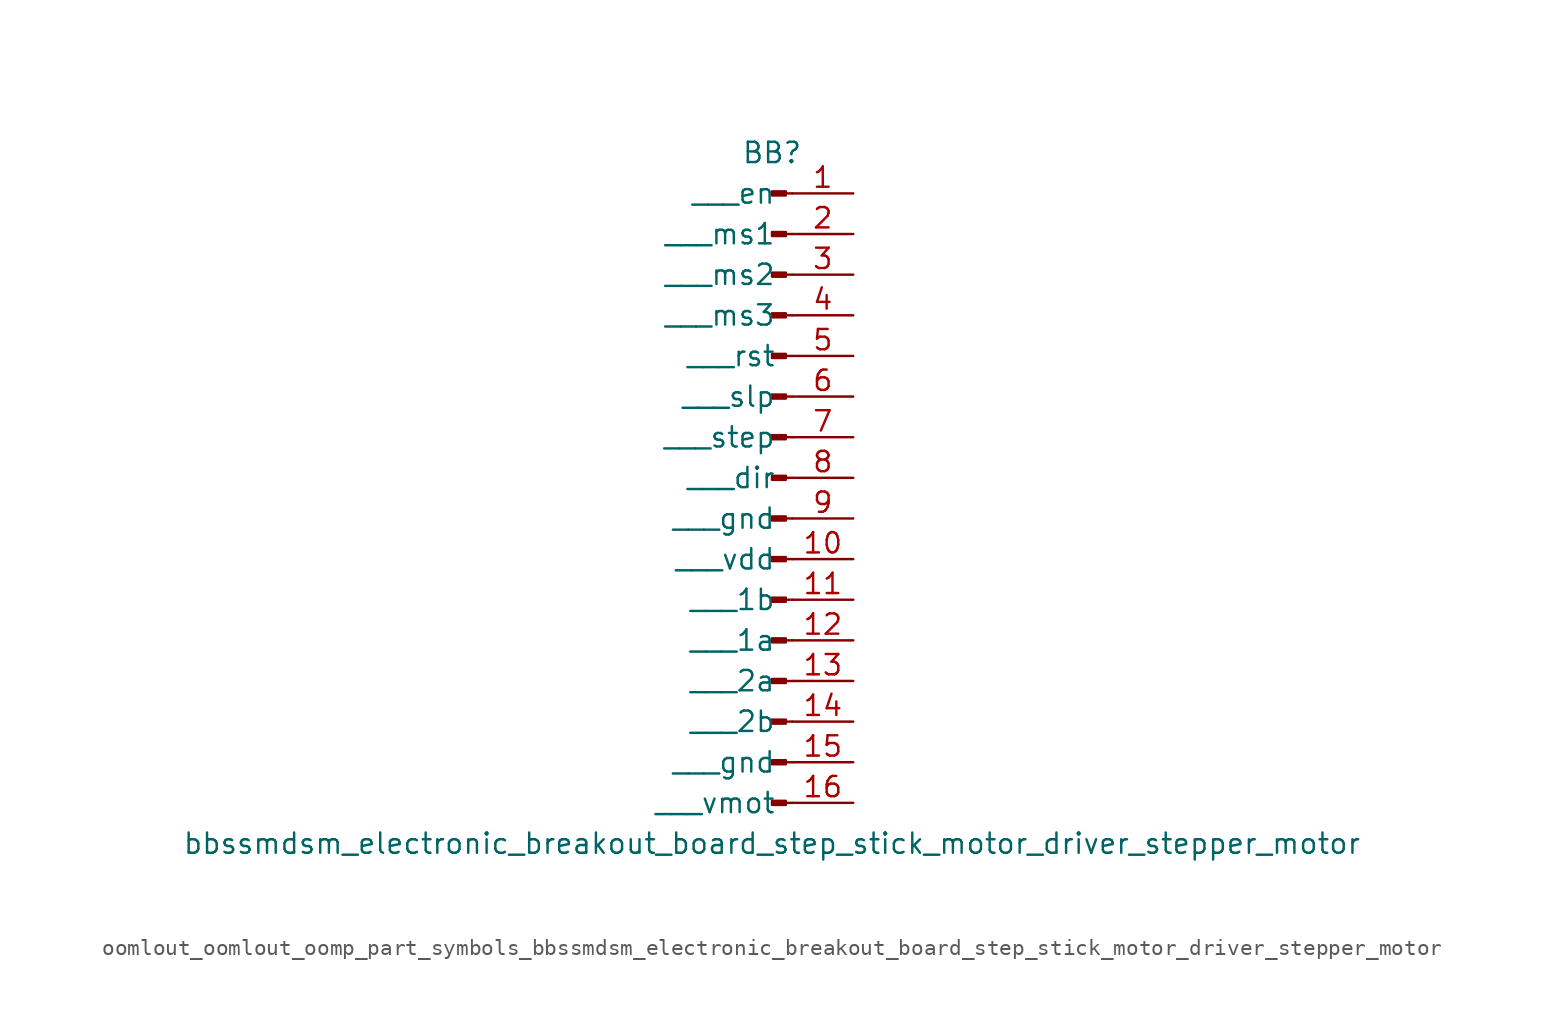
<source format=kicad_sym>
(kicad_symbol_lib
  (version 20220914)
  (generator kicad_symbol_editor)
  (symbol "oomlout_oomlout_oomp_part_symbols_bbssmdsm_electronic_breakout_board_step_stick_motor_driver_stepper_motor"
    (pin_names
      (offset 1.016))
    (property "Reference" "BB"
      (at 0 20.32 0)
      (effects (font (size 1.27 1.27))))
    (property "Value" "bbssmdsm_electronic_breakout_board_step_stick_motor_driver_stepper_motor"
      (at 0 -22.86 0)
      (effects (font (size 1.27 1.27))))
    (property "ki_locked" ""
      (at 0 0 0)
      (effects (font (size 1.27 1.27))))
    (symbol "oomlout_oomlout_oomp_part_symbols_bbssmdsm_electronic_breakout_board_step_stick_motor_driver_stepper_motor_1_1"
      (polyline (pts (xy 1.27 -20.32) (xy 0.864 -20.32)) (stroke (width 0.152) (type default)) (fill (type none)))
      (polyline (pts (xy 1.27 -17.78) (xy 0.864 -17.78)) (stroke (width 0.152) (type default)) (fill (type none)))
      (polyline (pts (xy 1.27 -15.24) (xy 0.864 -15.24)) (stroke (width 0.152) (type default)) (fill (type none)))
      (polyline (pts (xy 1.27 -12.7) (xy 0.864 -12.7)) (stroke (width 0.152) (type default)) (fill (type none)))
      (polyline (pts (xy 1.27 -10.16) (xy 0.864 -10.16)) (stroke (width 0.152) (type default)) (fill (type none)))
      (polyline (pts (xy 1.27 -7.62) (xy 0.864 -7.62)) (stroke (width 0.152) (type default)) (fill (type none)))
      (polyline (pts (xy 1.27 -5.08) (xy 0.864 -5.08)) (stroke (width 0.152) (type default)) (fill (type none)))
      (polyline (pts (xy 1.27 -2.54) (xy 0.864 -2.54)) (stroke (width 0.152) (type default)) (fill (type none)))
      (polyline (pts (xy 1.27 0) (xy 0.864 0)) (stroke (width 0.152) (type default)) (fill (type none)))
      (polyline (pts (xy 1.27 2.54) (xy 0.864 2.54)) (stroke (width 0.152) (type default)) (fill (type none)))
      (polyline (pts (xy 1.27 5.08) (xy 0.864 5.08)) (stroke (width 0.152) (type default)) (fill (type none)))
      (polyline (pts (xy 1.27 7.62) (xy 0.864 7.62)) (stroke (width 0.152) (type default)) (fill (type none)))
      (polyline (pts (xy 1.27 10.16) (xy 0.864 10.16)) (stroke (width 0.152) (type default)) (fill (type none)))
      (polyline (pts (xy 1.27 12.7) (xy 0.864 12.7)) (stroke (width 0.152) (type default)) (fill (type none)))
      (polyline (pts (xy 1.27 15.24) (xy 0.864 15.24)) (stroke (width 0.152) (type default)) (fill (type none)))
      (polyline (pts (xy 1.27 17.78) (xy 0.864 17.78)) (stroke (width 0.152) (type default)) (fill (type none)))
      (rectangle (start 0.864 -20.193) (end 0 -20.447) (stroke (width 0.152) (type default)) (fill (type outline)))
      (rectangle (start 0.864 -17.653) (end 0 -17.907) (stroke (width 0.152) (type default)) (fill (type outline)))
      (rectangle (start 0.864 -15.113) (end 0 -15.367) (stroke (width 0.152) (type default)) (fill (type outline)))
      (rectangle (start 0.864 -12.573) (end 0 -12.827) (stroke (width 0.152) (type default)) (fill (type outline)))
      (rectangle (start 0.864 -10.033) (end 0 -10.287) (stroke (width 0.152) (type default)) (fill (type outline)))
      (rectangle (start 0.864 -7.493) (end 0 -7.747) (stroke (width 0.152) (type default)) (fill (type outline)))
      (rectangle (start 0.864 -4.953) (end 0 -5.207) (stroke (width 0.152) (type default)) (fill (type outline)))
      (rectangle (start 0.864 -2.413) (end 0 -2.667) (stroke (width 0.152) (type default)) (fill (type outline)))
      (rectangle (start 0.864 0.127) (end 0 -0.127) (stroke (width 0.152) (type default)) (fill (type outline)))
      (rectangle (start 0.864 2.667) (end 0 2.413) (stroke (width 0.152) (type default)) (fill (type outline)))
      (rectangle (start 0.864 5.207) (end 0 4.953) (stroke (width 0.152) (type default)) (fill (type outline)))
      (rectangle (start 0.864 7.747) (end 0 7.493) (stroke (width 0.152) (type default)) (fill (type outline)))
      (rectangle (start 0.864 10.287) (end 0 10.033) (stroke (width 0.152) (type default)) (fill (type outline)))
      (rectangle (start 0.864 12.827) (end 0 12.573) (stroke (width 0.152) (type default)) (fill (type outline)))
      (rectangle (start 0.864 15.367) (end 0 15.113) (stroke (width 0.152) (type default)) (fill (type outline)))
      (rectangle (start 0.864 17.907) (end 0 17.653) (stroke (width 0.152) (type default)) (fill (type outline)))
      (pin passive line (at 5.08 17.78 180) (length 3.81) (name "   en" (effects (font (size 1.27 1.27)))) (number "1" (effects (font (size 1.27 1.27)))))
      (pin passive line (at 5.08 -5.08 180) (length 3.81) (name "   vdd" (effects (font (size 1.27 1.27)))) (number "10" (effects (font (size 1.27 1.27)))))
      (pin passive line (at 5.08 -7.62 180) (length 3.81) (name "   1b" (effects (font (size 1.27 1.27)))) (number "11" (effects (font (size 1.27 1.27)))))
      (pin passive line (at 5.08 -10.16 180) (length 3.81) (name "   1a" (effects (font (size 1.27 1.27)))) (number "12" (effects (font (size 1.27 1.27)))))
      (pin passive line (at 5.08 -12.7 180) (length 3.81) (name "   2a" (effects (font (size 1.27 1.27)))) (number "13" (effects (font (size 1.27 1.27)))))
      (pin passive line (at 5.08 -15.24 180) (length 3.81) (name "   2b" (effects (font (size 1.27 1.27)))) (number "14" (effects (font (size 1.27 1.27)))))
      (pin passive line (at 5.08 -17.78 180) (length 3.81) (name "   gnd" (effects (font (size 1.27 1.27)))) (number "15" (effects (font (size 1.27 1.27)))))
      (pin passive line (at 5.08 -20.32 180) (length 3.81) (name "   vmot" (effects (font (size 1.27 1.27)))) (number "16" (effects (font (size 1.27 1.27)))))
      (pin passive line (at 5.08 15.24 180) (length 3.81) (name "   ms1" (effects (font (size 1.27 1.27)))) (number "2" (effects (font (size 1.27 1.27)))))
      (pin passive line (at 5.08 12.7 180) (length 3.81) (name "   ms2" (effects (font (size 1.27 1.27)))) (number "3" (effects (font (size 1.27 1.27)))))
      (pin passive line (at 5.08 10.16 180) (length 3.81) (name "   ms3" (effects (font (size 1.27 1.27)))) (number "4" (effects (font (size 1.27 1.27)))))
      (pin passive line (at 5.08 7.62 180) (length 3.81) (name "   rst" (effects (font (size 1.27 1.27)))) (number "5" (effects (font (size 1.27 1.27)))))
      (pin passive line (at 5.08 5.08 180) (length 3.81) (name "   slp" (effects (font (size 1.27 1.27)))) (number "6" (effects (font (size 1.27 1.27)))))
      (pin passive line (at 5.08 2.54 180) (length 3.81) (name "   step" (effects (font (size 1.27 1.27)))) (number "7" (effects (font (size 1.27 1.27)))))
      (pin passive line (at 5.08 0 180) (length 3.81) (name "   dir" (effects (font (size 1.27 1.27)))) (number "8" (effects (font (size 1.27 1.27)))))
      (pin passive line (at 5.08 -2.54 180) (length 3.81) (name "   gnd" (effects (font (size 1.27 1.27)))) (number "9" (effects (font (size 1.27 1.27))))))))
</source>
